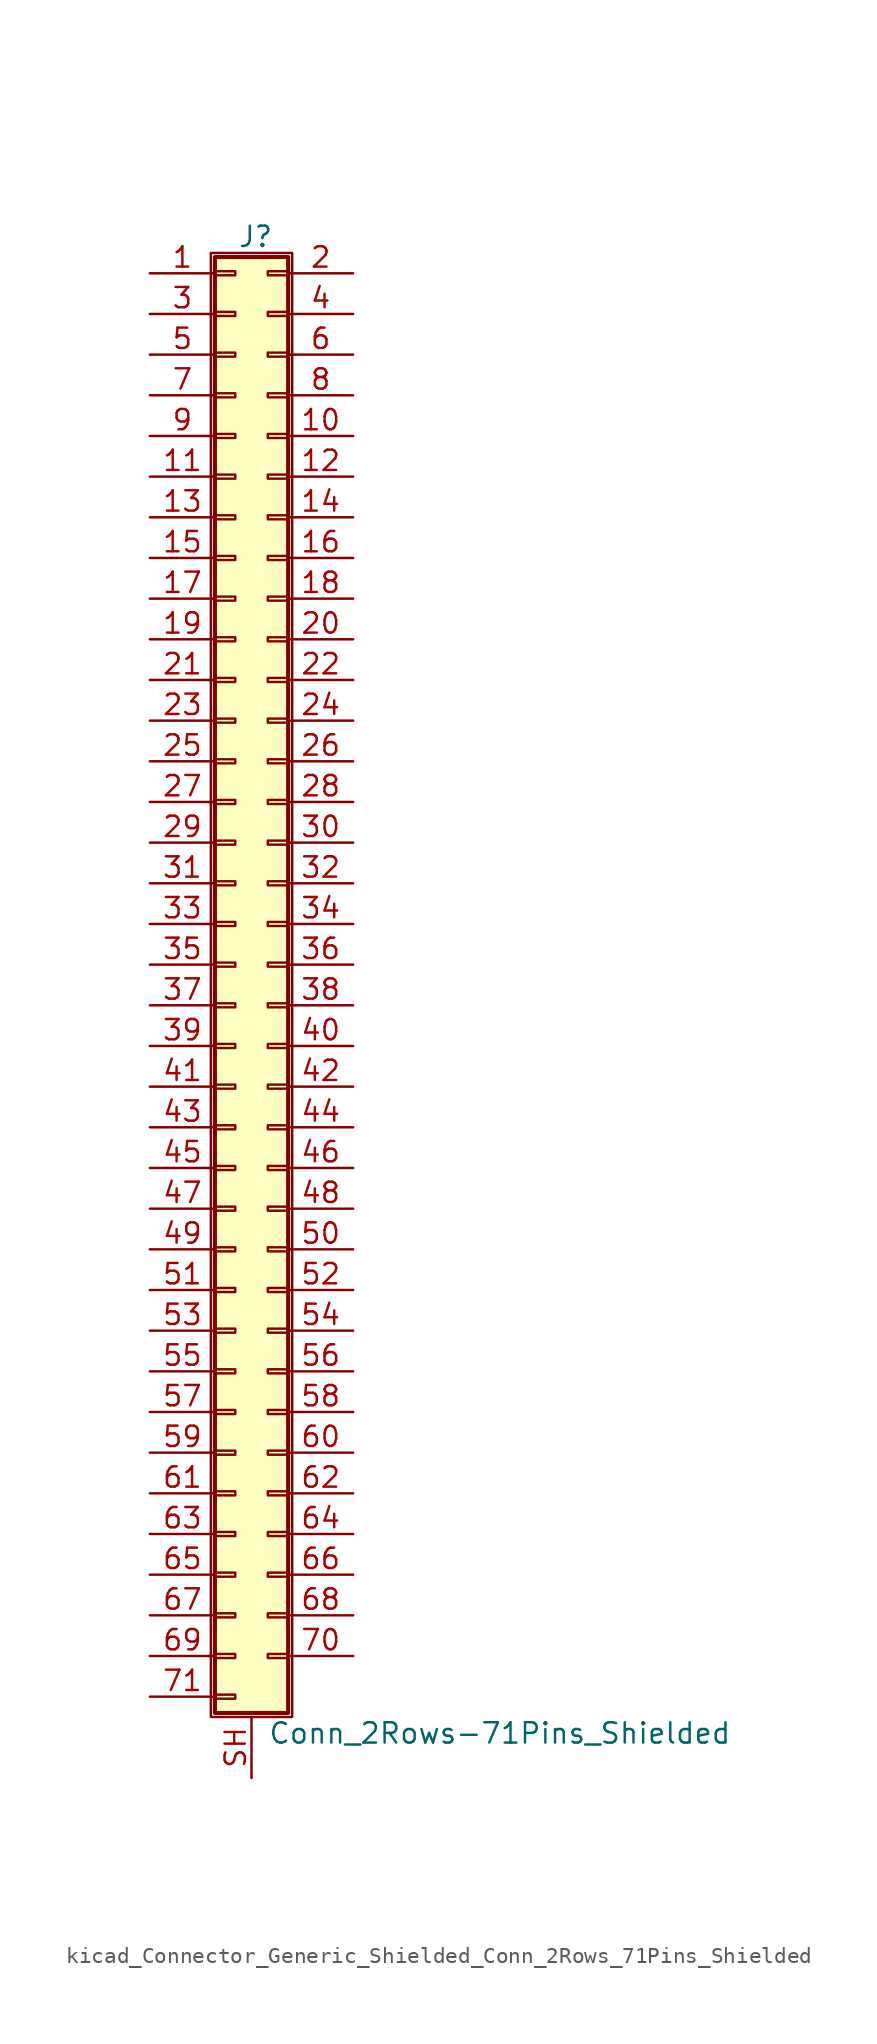
<source format=kicad_sym>
(kicad_symbol_lib
  (version 20220914)
  (generator kicad_symbol_editor)
  (symbol "kicad_Connector_Generic_Shielded_Conn_2Rows_71Pins_Shielded"
    (pin_names
      (offset 1.016) hide)
    (property "Reference" "J"
      (at 1.524 45.466 0)
      (effects (font (size 1.27 1.27))))
    (property "Value" "Conn_2Rows-71Pins_Shielded"
      (at 2.286 -48.006 0)
      (effects (font (size 1.27 1.27)) (justify left)))
    (symbol "kicad_Connector_Generic_Shielded_Conn_2Rows_71Pins_Shielded_1_1"
      (rectangle (start -1.27 44.45) (end 3.81 -46.99) (stroke (width 0.152) (type default)) (fill (type none)))
      (rectangle (start -1.016 -45.593) (end 0.254 -45.847) (stroke (width 0.152) (type default)) (fill (type none)))
      (rectangle (start -1.016 -43.053) (end 0.254 -43.307) (stroke (width 0.152) (type default)) (fill (type none)))
      (rectangle (start -1.016 -40.513) (end 0.254 -40.767) (stroke (width 0.152) (type default)) (fill (type none)))
      (rectangle (start -1.016 -37.973) (end 0.254 -38.227) (stroke (width 0.152) (type default)) (fill (type none)))
      (rectangle (start -1.016 -35.433) (end 0.254 -35.687) (stroke (width 0.152) (type default)) (fill (type none)))
      (rectangle (start -1.016 -32.893) (end 0.254 -33.147) (stroke (width 0.152) (type default)) (fill (type none)))
      (rectangle (start -1.016 -30.353) (end 0.254 -30.607) (stroke (width 0.152) (type default)) (fill (type none)))
      (rectangle (start -1.016 -27.813) (end 0.254 -28.067) (stroke (width 0.152) (type default)) (fill (type none)))
      (rectangle (start -1.016 -25.273) (end 0.254 -25.527) (stroke (width 0.152) (type default)) (fill (type none)))
      (rectangle (start -1.016 -22.733) (end 0.254 -22.987) (stroke (width 0.152) (type default)) (fill (type none)))
      (rectangle (start -1.016 -20.193) (end 0.254 -20.447) (stroke (width 0.152) (type default)) (fill (type none)))
      (rectangle (start -1.016 -17.653) (end 0.254 -17.907) (stroke (width 0.152) (type default)) (fill (type none)))
      (rectangle (start -1.016 -15.113) (end 0.254 -15.367) (stroke (width 0.152) (type default)) (fill (type none)))
      (rectangle (start -1.016 -12.573) (end 0.254 -12.827) (stroke (width 0.152) (type default)) (fill (type none)))
      (rectangle (start -1.016 -10.033) (end 0.254 -10.287) (stroke (width 0.152) (type default)) (fill (type none)))
      (rectangle (start -1.016 -7.493) (end 0.254 -7.747) (stroke (width 0.152) (type default)) (fill (type none)))
      (rectangle (start -1.016 -4.953) (end 0.254 -5.207) (stroke (width 0.152) (type default)) (fill (type none)))
      (rectangle (start -1.016 -2.413) (end 0.254 -2.667) (stroke (width 0.152) (type default)) (fill (type none)))
      (rectangle (start -1.016 0.127) (end 0.254 -0.127) (stroke (width 0.152) (type default)) (fill (type none)))
      (rectangle (start -1.016 2.667) (end 0.254 2.413) (stroke (width 0.152) (type default)) (fill (type none)))
      (rectangle (start -1.016 5.207) (end 0.254 4.953) (stroke (width 0.152) (type default)) (fill (type none)))
      (rectangle (start -1.016 7.747) (end 0.254 7.493) (stroke (width 0.152) (type default)) (fill (type none)))
      (rectangle (start -1.016 10.287) (end 0.254 10.033) (stroke (width 0.152) (type default)) (fill (type none)))
      (rectangle (start -1.016 12.827) (end 0.254 12.573) (stroke (width 0.152) (type default)) (fill (type none)))
      (rectangle (start -1.016 15.367) (end 0.254 15.113) (stroke (width 0.152) (type default)) (fill (type none)))
      (rectangle (start -1.016 17.907) (end 0.254 17.653) (stroke (width 0.152) (type default)) (fill (type none)))
      (rectangle (start -1.016 20.447) (end 0.254 20.193) (stroke (width 0.152) (type default)) (fill (type none)))
      (rectangle (start -1.016 22.987) (end 0.254 22.733) (stroke (width 0.152) (type default)) (fill (type none)))
      (rectangle (start -1.016 25.527) (end 0.254 25.273) (stroke (width 0.152) (type default)) (fill (type none)))
      (rectangle (start -1.016 28.067) (end 0.254 27.813) (stroke (width 0.152) (type default)) (fill (type none)))
      (rectangle (start -1.016 30.607) (end 0.254 30.353) (stroke (width 0.152) (type default)) (fill (type none)))
      (rectangle (start -1.016 33.147) (end 0.254 32.893) (stroke (width 0.152) (type default)) (fill (type none)))
      (rectangle (start -1.016 35.687) (end 0.254 35.433) (stroke (width 0.152) (type default)) (fill (type none)))
      (rectangle (start -1.016 38.227) (end 0.254 37.973) (stroke (width 0.152) (type default)) (fill (type none)))
      (rectangle (start -1.016 40.767) (end 0.254 40.513) (stroke (width 0.152) (type default)) (fill (type none)))
      (rectangle (start -1.016 43.307) (end 0.254 43.053) (stroke (width 0.152) (type default)) (fill (type none)))
      (rectangle (start -1.016 44.196) (end 3.556 -46.736) (stroke (width 0.254) (type default)) (fill (type background)))
      (rectangle (start 3.556 -43.053) (end 2.286 -43.307) (stroke (width 0.152) (type default)) (fill (type none)))
      (rectangle (start 3.556 -40.513) (end 2.286 -40.767) (stroke (width 0.152) (type default)) (fill (type none)))
      (rectangle (start 3.556 -37.973) (end 2.286 -38.227) (stroke (width 0.152) (type default)) (fill (type none)))
      (rectangle (start 3.556 -35.433) (end 2.286 -35.687) (stroke (width 0.152) (type default)) (fill (type none)))
      (rectangle (start 3.556 -32.893) (end 2.286 -33.147) (stroke (width 0.152) (type default)) (fill (type none)))
      (rectangle (start 3.556 -30.353) (end 2.286 -30.607) (stroke (width 0.152) (type default)) (fill (type none)))
      (rectangle (start 3.556 -27.813) (end 2.286 -28.067) (stroke (width 0.152) (type default)) (fill (type none)))
      (rectangle (start 3.556 -25.273) (end 2.286 -25.527) (stroke (width 0.152) (type default)) (fill (type none)))
      (rectangle (start 3.556 -22.733) (end 2.286 -22.987) (stroke (width 0.152) (type default)) (fill (type none)))
      (rectangle (start 3.556 -20.193) (end 2.286 -20.447) (stroke (width 0.152) (type default)) (fill (type none)))
      (rectangle (start 3.556 -17.653) (end 2.286 -17.907) (stroke (width 0.152) (type default)) (fill (type none)))
      (rectangle (start 3.556 -15.113) (end 2.286 -15.367) (stroke (width 0.152) (type default)) (fill (type none)))
      (rectangle (start 3.556 -12.573) (end 2.286 -12.827) (stroke (width 0.152) (type default)) (fill (type none)))
      (rectangle (start 3.556 -10.033) (end 2.286 -10.287) (stroke (width 0.152) (type default)) (fill (type none)))
      (rectangle (start 3.556 -7.493) (end 2.286 -7.747) (stroke (width 0.152) (type default)) (fill (type none)))
      (rectangle (start 3.556 -4.953) (end 2.286 -5.207) (stroke (width 0.152) (type default)) (fill (type none)))
      (rectangle (start 3.556 -2.413) (end 2.286 -2.667) (stroke (width 0.152) (type default)) (fill (type none)))
      (rectangle (start 3.556 0.127) (end 2.286 -0.127) (stroke (width 0.152) (type default)) (fill (type none)))
      (rectangle (start 3.556 2.667) (end 2.286 2.413) (stroke (width 0.152) (type default)) (fill (type none)))
      (rectangle (start 3.556 5.207) (end 2.286 4.953) (stroke (width 0.152) (type default)) (fill (type none)))
      (rectangle (start 3.556 7.747) (end 2.286 7.493) (stroke (width 0.152) (type default)) (fill (type none)))
      (rectangle (start 3.556 10.287) (end 2.286 10.033) (stroke (width 0.152) (type default)) (fill (type none)))
      (rectangle (start 3.556 12.827) (end 2.286 12.573) (stroke (width 0.152) (type default)) (fill (type none)))
      (rectangle (start 3.556 15.367) (end 2.286 15.113) (stroke (width 0.152) (type default)) (fill (type none)))
      (rectangle (start 3.556 17.907) (end 2.286 17.653) (stroke (width 0.152) (type default)) (fill (type none)))
      (rectangle (start 3.556 20.447) (end 2.286 20.193) (stroke (width 0.152) (type default)) (fill (type none)))
      (rectangle (start 3.556 22.987) (end 2.286 22.733) (stroke (width 0.152) (type default)) (fill (type none)))
      (rectangle (start 3.556 25.527) (end 2.286 25.273) (stroke (width 0.152) (type default)) (fill (type none)))
      (rectangle (start 3.556 28.067) (end 2.286 27.813) (stroke (width 0.152) (type default)) (fill (type none)))
      (rectangle (start 3.556 30.607) (end 2.286 30.353) (stroke (width 0.152) (type default)) (fill (type none)))
      (rectangle (start 3.556 33.147) (end 2.286 32.893) (stroke (width 0.152) (type default)) (fill (type none)))
      (rectangle (start 3.556 35.687) (end 2.286 35.433) (stroke (width 0.152) (type default)) (fill (type none)))
      (rectangle (start 3.556 38.227) (end 2.286 37.973) (stroke (width 0.152) (type default)) (fill (type none)))
      (rectangle (start 3.556 40.767) (end 2.286 40.513) (stroke (width 0.152) (type default)) (fill (type none)))
      (rectangle (start 3.556 43.307) (end 2.286 43.053) (stroke (width 0.152) (type default)) (fill (type none)))
      (pin passive line (at -5.08 43.18 0) (length 4.064) (name "Pin_1" (effects (font (size 1.27 1.27)))) (number "1" (effects (font (size 1.27 1.27)))))
      (pin passive line (at 7.62 33.02 180) (length 4.064) (name "Pin_10" (effects (font (size 1.27 1.27)))) (number "10" (effects (font (size 1.27 1.27)))))
      (pin passive line (at -5.08 30.48 0) (length 4.064) (name "Pin_11" (effects (font (size 1.27 1.27)))) (number "11" (effects (font (size 1.27 1.27)))))
      (pin passive line (at 7.62 30.48 180) (length 4.064) (name "Pin_12" (effects (font (size 1.27 1.27)))) (number "12" (effects (font (size 1.27 1.27)))))
      (pin passive line (at -5.08 27.94 0) (length 4.064) (name "Pin_13" (effects (font (size 1.27 1.27)))) (number "13" (effects (font (size 1.27 1.27)))))
      (pin passive line (at 7.62 27.94 180) (length 4.064) (name "Pin_14" (effects (font (size 1.27 1.27)))) (number "14" (effects (font (size 1.27 1.27)))))
      (pin passive line (at -5.08 25.4 0) (length 4.064) (name "Pin_15" (effects (font (size 1.27 1.27)))) (number "15" (effects (font (size 1.27 1.27)))))
      (pin passive line (at 7.62 25.4 180) (length 4.064) (name "Pin_16" (effects (font (size 1.27 1.27)))) (number "16" (effects (font (size 1.27 1.27)))))
      (pin passive line (at -5.08 22.86 0) (length 4.064) (name "Pin_17" (effects (font (size 1.27 1.27)))) (number "17" (effects (font (size 1.27 1.27)))))
      (pin passive line (at 7.62 22.86 180) (length 4.064) (name "Pin_18" (effects (font (size 1.27 1.27)))) (number "18" (effects (font (size 1.27 1.27)))))
      (pin passive line (at -5.08 20.32 0) (length 4.064) (name "Pin_19" (effects (font (size 1.27 1.27)))) (number "19" (effects (font (size 1.27 1.27)))))
      (pin passive line (at 7.62 43.18 180) (length 4.064) (name "Pin_2" (effects (font (size 1.27 1.27)))) (number "2" (effects (font (size 1.27 1.27)))))
      (pin passive line (at 7.62 20.32 180) (length 4.064) (name "Pin_20" (effects (font (size 1.27 1.27)))) (number "20" (effects (font (size 1.27 1.27)))))
      (pin passive line (at -5.08 17.78 0) (length 4.064) (name "Pin_21" (effects (font (size 1.27 1.27)))) (number "21" (effects (font (size 1.27 1.27)))))
      (pin passive line (at 7.62 17.78 180) (length 4.064) (name "Pin_22" (effects (font (size 1.27 1.27)))) (number "22" (effects (font (size 1.27 1.27)))))
      (pin passive line (at -5.08 15.24 0) (length 4.064) (name "Pin_23" (effects (font (size 1.27 1.27)))) (number "23" (effects (font (size 1.27 1.27)))))
      (pin passive line (at 7.62 15.24 180) (length 4.064) (name "Pin_24" (effects (font (size 1.27 1.27)))) (number "24" (effects (font (size 1.27 1.27)))))
      (pin passive line (at -5.08 12.7 0) (length 4.064) (name "Pin_25" (effects (font (size 1.27 1.27)))) (number "25" (effects (font (size 1.27 1.27)))))
      (pin passive line (at 7.62 12.7 180) (length 4.064) (name "Pin_26" (effects (font (size 1.27 1.27)))) (number "26" (effects (font (size 1.27 1.27)))))
      (pin passive line (at -5.08 10.16 0) (length 4.064) (name "Pin_27" (effects (font (size 1.27 1.27)))) (number "27" (effects (font (size 1.27 1.27)))))
      (pin passive line (at 7.62 10.16 180) (length 4.064) (name "Pin_28" (effects (font (size 1.27 1.27)))) (number "28" (effects (font (size 1.27 1.27)))))
      (pin passive line (at -5.08 7.62 0) (length 4.064) (name "Pin_29" (effects (font (size 1.27 1.27)))) (number "29" (effects (font (size 1.27 1.27)))))
      (pin passive line (at -5.08 40.64 0) (length 4.064) (name "Pin_3" (effects (font (size 1.27 1.27)))) (number "3" (effects (font (size 1.27 1.27)))))
      (pin passive line (at 7.62 7.62 180) (length 4.064) (name "Pin_30" (effects (font (size 1.27 1.27)))) (number "30" (effects (font (size 1.27 1.27)))))
      (pin passive line (at -5.08 5.08 0) (length 4.064) (name "Pin_31" (effects (font (size 1.27 1.27)))) (number "31" (effects (font (size 1.27 1.27)))))
      (pin passive line (at 7.62 5.08 180) (length 4.064) (name "Pin_32" (effects (font (size 1.27 1.27)))) (number "32" (effects (font (size 1.27 1.27)))))
      (pin passive line (at -5.08 2.54 0) (length 4.064) (name "Pin_33" (effects (font (size 1.27 1.27)))) (number "33" (effects (font (size 1.27 1.27)))))
      (pin passive line (at 7.62 2.54 180) (length 4.064) (name "Pin_34" (effects (font (size 1.27 1.27)))) (number "34" (effects (font (size 1.27 1.27)))))
      (pin passive line (at -5.08 0 0) (length 4.064) (name "Pin_35" (effects (font (size 1.27 1.27)))) (number "35" (effects (font (size 1.27 1.27)))))
      (pin passive line (at 7.62 0 180) (length 4.064) (name "Pin_36" (effects (font (size 1.27 1.27)))) (number "36" (effects (font (size 1.27 1.27)))))
      (pin passive line (at -5.08 -2.54 0) (length 4.064) (name "Pin_37" (effects (font (size 1.27 1.27)))) (number "37" (effects (font (size 1.27 1.27)))))
      (pin passive line (at 7.62 -2.54 180) (length 4.064) (name "Pin_38" (effects (font (size 1.27 1.27)))) (number "38" (effects (font (size 1.27 1.27)))))
      (pin passive line (at -5.08 -5.08 0) (length 4.064) (name "Pin_39" (effects (font (size 1.27 1.27)))) (number "39" (effects (font (size 1.27 1.27)))))
      (pin passive line (at 7.62 40.64 180) (length 4.064) (name "Pin_4" (effects (font (size 1.27 1.27)))) (number "4" (effects (font (size 1.27 1.27)))))
      (pin passive line (at 7.62 -5.08 180) (length 4.064) (name "Pin_40" (effects (font (size 1.27 1.27)))) (number "40" (effects (font (size 1.27 1.27)))))
      (pin passive line (at -5.08 -7.62 0) (length 4.064) (name "Pin_41" (effects (font (size 1.27 1.27)))) (number "41" (effects (font (size 1.27 1.27)))))
      (pin passive line (at 7.62 -7.62 180) (length 4.064) (name "Pin_42" (effects (font (size 1.27 1.27)))) (number "42" (effects (font (size 1.27 1.27)))))
      (pin passive line (at -5.08 -10.16 0) (length 4.064) (name "Pin_43" (effects (font (size 1.27 1.27)))) (number "43" (effects (font (size 1.27 1.27)))))
      (pin passive line (at 7.62 -10.16 180) (length 4.064) (name "Pin_44" (effects (font (size 1.27 1.27)))) (number "44" (effects (font (size 1.27 1.27)))))
      (pin passive line (at -5.08 -12.7 0) (length 4.064) (name "Pin_45" (effects (font (size 1.27 1.27)))) (number "45" (effects (font (size 1.27 1.27)))))
      (pin passive line (at 7.62 -12.7 180) (length 4.064) (name "Pin_46" (effects (font (size 1.27 1.27)))) (number "46" (effects (font (size 1.27 1.27)))))
      (pin passive line (at -5.08 -15.24 0) (length 4.064) (name "Pin_47" (effects (font (size 1.27 1.27)))) (number "47" (effects (font (size 1.27 1.27)))))
      (pin passive line (at 7.62 -15.24 180) (length 4.064) (name "Pin_48" (effects (font (size 1.27 1.27)))) (number "48" (effects (font (size 1.27 1.27)))))
      (pin passive line (at -5.08 -17.78 0) (length 4.064) (name "Pin_49" (effects (font (size 1.27 1.27)))) (number "49" (effects (font (size 1.27 1.27)))))
      (pin passive line (at -5.08 38.1 0) (length 4.064) (name "Pin_5" (effects (font (size 1.27 1.27)))) (number "5" (effects (font (size 1.27 1.27)))))
      (pin passive line (at 7.62 -17.78 180) (length 4.064) (name "Pin_50" (effects (font (size 1.27 1.27)))) (number "50" (effects (font (size 1.27 1.27)))))
      (pin passive line (at -5.08 -20.32 0) (length 4.064) (name "Pin_51" (effects (font (size 1.27 1.27)))) (number "51" (effects (font (size 1.27 1.27)))))
      (pin passive line (at 7.62 -20.32 180) (length 4.064) (name "Pin_52" (effects (font (size 1.27 1.27)))) (number "52" (effects (font (size 1.27 1.27)))))
      (pin passive line (at -5.08 -22.86 0) (length 4.064) (name "Pin_53" (effects (font (size 1.27 1.27)))) (number "53" (effects (font (size 1.27 1.27)))))
      (pin passive line (at 7.62 -22.86 180) (length 4.064) (name "Pin_54" (effects (font (size 1.27 1.27)))) (number "54" (effects (font (size 1.27 1.27)))))
      (pin passive line (at -5.08 -25.4 0) (length 4.064) (name "Pin_55" (effects (font (size 1.27 1.27)))) (number "55" (effects (font (size 1.27 1.27)))))
      (pin passive line (at 7.62 -25.4 180) (length 4.064) (name "Pin_56" (effects (font (size 1.27 1.27)))) (number "56" (effects (font (size 1.27 1.27)))))
      (pin passive line (at -5.08 -27.94 0) (length 4.064) (name "Pin_57" (effects (font (size 1.27 1.27)))) (number "57" (effects (font (size 1.27 1.27)))))
      (pin passive line (at 7.62 -27.94 180) (length 4.064) (name "Pin_58" (effects (font (size 1.27 1.27)))) (number "58" (effects (font (size 1.27 1.27)))))
      (pin passive line (at -5.08 -30.48 0) (length 4.064) (name "Pin_59" (effects (font (size 1.27 1.27)))) (number "59" (effects (font (size 1.27 1.27)))))
      (pin passive line (at 7.62 38.1 180) (length 4.064) (name "Pin_6" (effects (font (size 1.27 1.27)))) (number "6" (effects (font (size 1.27 1.27)))))
      (pin passive line (at 7.62 -30.48 180) (length 4.064) (name "Pin_60" (effects (font (size 1.27 1.27)))) (number "60" (effects (font (size 1.27 1.27)))))
      (pin passive line (at -5.08 -33.02 0) (length 4.064) (name "Pin_61" (effects (font (size 1.27 1.27)))) (number "61" (effects (font (size 1.27 1.27)))))
      (pin passive line (at 7.62 -33.02 180) (length 4.064) (name "Pin_62" (effects (font (size 1.27 1.27)))) (number "62" (effects (font (size 1.27 1.27)))))
      (pin passive line (at -5.08 -35.56 0) (length 4.064) (name "Pin_63" (effects (font (size 1.27 1.27)))) (number "63" (effects (font (size 1.27 1.27)))))
      (pin passive line (at 7.62 -35.56 180) (length 4.064) (name "Pin_64" (effects (font (size 1.27 1.27)))) (number "64" (effects (font (size 1.27 1.27)))))
      (pin passive line (at -5.08 -38.1 0) (length 4.064) (name "Pin_65" (effects (font (size 1.27 1.27)))) (number "65" (effects (font (size 1.27 1.27)))))
      (pin passive line (at 7.62 -38.1 180) (length 4.064) (name "Pin_66" (effects (font (size 1.27 1.27)))) (number "66" (effects (font (size 1.27 1.27)))))
      (pin passive line (at -5.08 -40.64 0) (length 4.064) (name "Pin_67" (effects (font (size 1.27 1.27)))) (number "67" (effects (font (size 1.27 1.27)))))
      (pin passive line (at 7.62 -40.64 180) (length 4.064) (name "Pin_68" (effects (font (size 1.27 1.27)))) (number "68" (effects (font (size 1.27 1.27)))))
      (pin passive line (at -5.08 -43.18 0) (length 4.064) (name "Pin_69" (effects (font (size 1.27 1.27)))) (number "69" (effects (font (size 1.27 1.27)))))
      (pin passive line (at -5.08 35.56 0) (length 4.064) (name "Pin_7" (effects (font (size 1.27 1.27)))) (number "7" (effects (font (size 1.27 1.27)))))
      (pin passive line (at 7.62 -43.18 180) (length 4.064) (name "Pin_70" (effects (font (size 1.27 1.27)))) (number "70" (effects (font (size 1.27 1.27)))))
      (pin passive line (at -5.08 -45.72 0) (length 4.064) (name "Pin_71" (effects (font (size 1.27 1.27)))) (number "71" (effects (font (size 1.27 1.27)))))
      (pin passive line (at 7.62 35.56 180) (length 4.064) (name "Pin_8" (effects (font (size 1.27 1.27)))) (number "8" (effects (font (size 1.27 1.27)))))
      (pin passive line (at -5.08 33.02 0) (length 4.064) (name "Pin_9" (effects (font (size 1.27 1.27)))) (number "9" (effects (font (size 1.27 1.27)))))
      (pin passive line (at 1.27 -50.8 90) (length 3.81) (name "Shield" (effects (font (size 1.27 1.27)))) (number "SH" (effects (font (size 1.27 1.27))))))))
</source>
